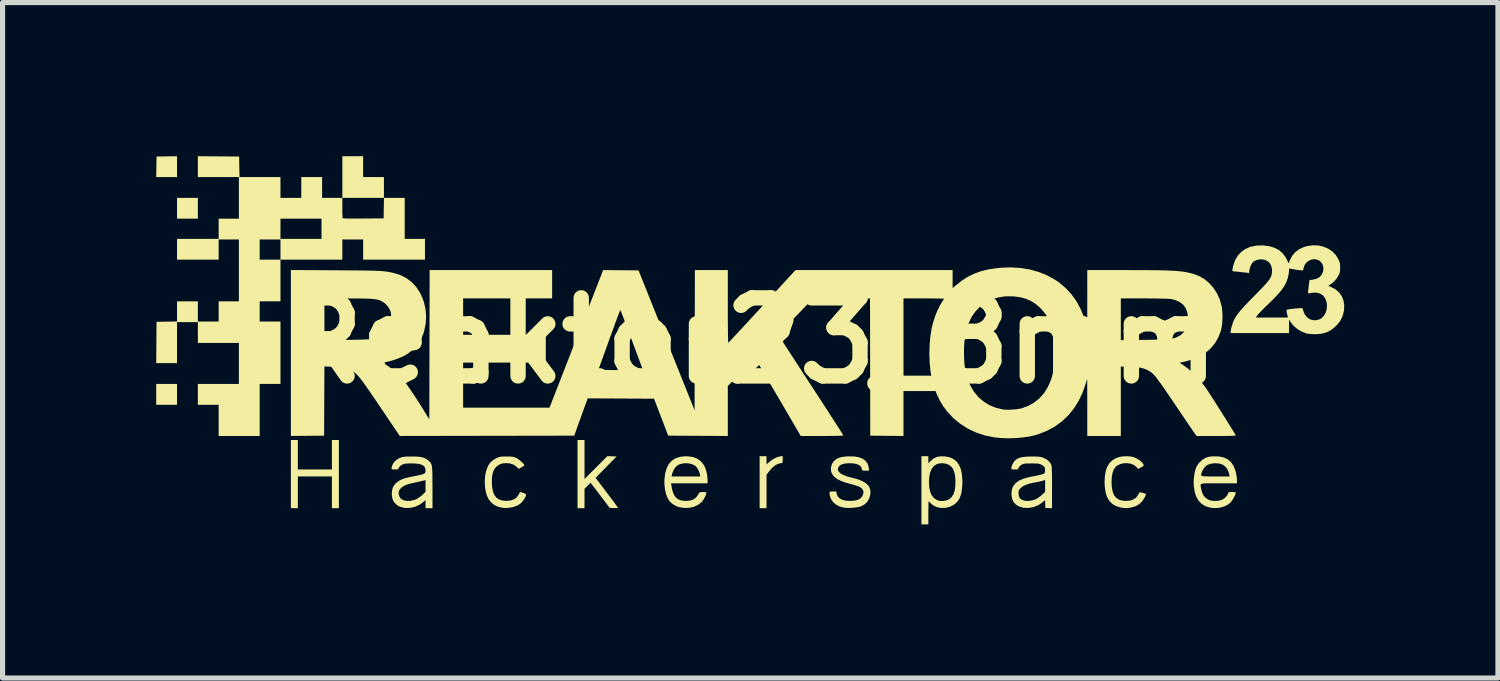
<source format=kicad_pcb>
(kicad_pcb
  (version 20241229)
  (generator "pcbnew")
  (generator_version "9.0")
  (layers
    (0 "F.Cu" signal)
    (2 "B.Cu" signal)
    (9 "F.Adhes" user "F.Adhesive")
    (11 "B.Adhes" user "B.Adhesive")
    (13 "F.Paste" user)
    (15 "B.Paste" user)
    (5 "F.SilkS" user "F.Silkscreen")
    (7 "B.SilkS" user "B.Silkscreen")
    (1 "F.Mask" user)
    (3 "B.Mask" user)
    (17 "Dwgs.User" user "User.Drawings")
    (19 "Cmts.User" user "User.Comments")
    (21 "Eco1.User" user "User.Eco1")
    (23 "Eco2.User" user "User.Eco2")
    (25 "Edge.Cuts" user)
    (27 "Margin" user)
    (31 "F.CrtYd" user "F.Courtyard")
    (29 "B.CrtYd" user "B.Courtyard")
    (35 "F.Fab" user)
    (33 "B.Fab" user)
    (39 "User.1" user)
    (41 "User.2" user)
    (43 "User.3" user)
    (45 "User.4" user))
  (footprint "Reaktor23_8mm"
    (layer "F.Cu")
    (at 11.6 3.6)
    (property "Reference" "Reaktor23_8mm" (at 0 0 0) (layer "F.SilkS") (effects (font (size 1.524 1.524) (thickness 0.3))))
    (attr through_hole)
    (fp_poly (pts (xy -11.194 1.253) (xy -11.6 1.253) (xy -11.6 0.846) (xy -11.194 0.846)) (stroke (width 0) (type solid)) (fill yes) (layer "F.SilkS"))
    (fp_poly (pts (xy -10.787 -2.381) (xy -11.194 -2.381) (xy -11.194 -2.787) (xy -10.787 -2.787)) (stroke (width 0) (type solid)) (fill yes) (layer "F.SilkS"))
    (fp_poly (pts (xy -11.194 -3.193) (xy -11.6 -3.193) (xy -11.597 -3.394) (xy -11.594 -3.594) (xy -11.394 -3.597) (xy -11.194 -3.6)) (stroke (width 0) (type solid)) (fill yes) (layer "F.SilkS"))
    (fp_poly (pts (xy -7.56 -3.193) (xy -7.154 -3.193) (xy -7.154 -2.787) (xy -7.966 -2.787) (xy -7.966 -3.6) (xy -7.56 -3.6)) (stroke (width 0) (type solid)) (fill yes) (layer "F.SilkS"))
    (fp_poly (pts (xy -8.835 2.516) (xy -8.17 2.516) (xy -8.17 1.941) (xy -8.034 1.941) (xy -8.034 3.272) (xy -8.17 3.272) (xy -8.17 2.652) (xy -8.835 2.652) (xy -8.835 3.272) (xy -8.971 3.272) (xy -8.971 1.941) (xy -8.835 1.941)) (stroke (width 0) (type solid)) (fill yes) (layer "F.SilkS"))
    (fp_poly (pts (xy 0.632 2.323) (xy 0.631 2.361) (xy 0.628 2.382) (xy 0.62 2.39) (xy 0.606 2.392) (xy 0.603 2.392) (xy 0.547 2.403) (xy 0.488 2.433) (xy 0.429 2.48) (xy 0.373 2.543) (xy 0.366 2.553) (xy 0.316 2.62) (xy 0.316 3.272) (xy 0.181 3.272) (xy 0.181 2.257) (xy 0.316 2.257) (xy 0.316 2.417) (xy 0.37 2.369) (xy 0.439 2.317) (xy 0.512 2.28) (xy 0.58 2.261) (xy 0.581 2.261) (xy 0.632 2.254)) (stroke (width 0) (type solid)) (fill yes) (layer "F.SilkS"))
    (fp_poly (pts (xy -3.238 2.702) (xy -3.015 2.479) (xy -2.792 2.256) (xy -2.702 2.259) (xy -2.612 2.262) (xy -2.817 2.471) (xy -3.021 2.68) (xy -2.803 2.968) (xy -2.75 3.038) (xy -2.701 3.103) (xy -2.659 3.159) (xy -2.625 3.206) (xy -2.6 3.24) (xy -2.586 3.26) (xy -2.584 3.264) (xy -2.594 3.268) (xy -2.622 3.27) (xy -2.66 3.27) (xy -2.665 3.27) (xy -2.746 3.267) (xy -2.932 3.021) (xy -3.119 2.775) (xy -3.179 2.834) (xy -3.238 2.894) (xy -3.238 3.272) (xy -3.374 3.272) (xy -3.374 1.941) (xy -3.238 1.941)) (stroke (width 0) (type solid)) (fill yes) (layer "F.SilkS"))
    (fp_poly (pts (xy 7.433 2.263) (xy 7.471 2.272) (xy 7.535 2.297) (xy 7.594 2.332) (xy 7.641 2.372) (xy 7.663 2.4) (xy 7.676 2.422) (xy 7.68 2.437) (xy 7.671 2.45) (xy 7.648 2.465) (xy 7.614 2.483) (xy 7.571 2.506) (xy 7.537 2.467) (xy 7.49 2.429) (xy 7.429 2.404) (xy 7.361 2.393) (xy 7.29 2.395) (xy 7.222 2.41) (xy 7.163 2.44) (xy 7.134 2.463) (xy 7.098 2.512) (xy 7.072 2.578) (xy 7.057 2.663) (xy 7.052 2.764) (xy 7.058 2.869) (xy 7.075 2.954) (xy 7.103 3.022) (xy 7.145 3.072) (xy 7.2 3.107) (xy 7.269 3.125) (xy 7.335 3.13) (xy 7.415 3.123) (xy 7.479 3.102) (xy 7.529 3.067) (xy 7.561 3.027) (xy 7.58 2.996) (xy 7.593 2.972) (xy 7.597 2.964) (xy 7.609 2.961) (xy 7.639 2.967) (xy 7.665 2.974) (xy 7.729 2.996) (xy 7.703 3.053) (xy 7.656 3.131) (xy 7.596 3.191) (xy 7.523 3.233) (xy 7.434 3.259) (xy 7.431 3.26) (xy 7.362 3.27) (xy 7.301 3.27) (xy 7.236 3.26) (xy 7.222 3.257) (xy 7.135 3.229) (xy 7.064 3.186) (xy 7.007 3.128) (xy 6.965 3.054) (xy 6.936 2.963) (xy 6.92 2.854) (xy 6.916 2.762) (xy 6.922 2.643) (xy 6.939 2.543) (xy 6.969 2.459) (xy 7.012 2.39) (xy 7.069 2.335) (xy 7.141 2.293) (xy 7.142 2.293) (xy 7.204 2.272) (xy 7.279 2.26) (xy 7.359 2.257)) (stroke (width 0) (type solid)) (fill yes) (layer "F.SilkS"))
    (fp_poly (pts (xy 3.475 2.394) (xy 3.526 2.343) (xy 3.581 2.299) (xy 3.641 2.271) (xy 3.712 2.259) (xy 3.779 2.259) (xy 3.872 2.273) (xy 3.951 2.303) (xy 4.016 2.35) (xy 4.066 2.413) (xy 4.104 2.494) (xy 4.128 2.592) (xy 4.139 2.708) (xy 4.139 2.798) (xy 4.131 2.908) (xy 4.114 2.999) (xy 4.088 3.074) (xy 4.05 3.135) (xy 4.001 3.184) (xy 3.962 3.212) (xy 3.887 3.247) (xy 3.807 3.265) (xy 3.727 3.268) (xy 3.65 3.254) (xy 3.582 3.225) (xy 3.526 3.181) (xy 3.521 3.176) (xy 3.5 3.153) (xy 3.485 3.139) (xy 3.481 3.137) (xy 3.48 3.148) (xy 3.478 3.178) (xy 3.477 3.223) (xy 3.476 3.281) (xy 3.475 3.349) (xy 3.475 3.363) (xy 3.475 3.588) (xy 3.34 3.588) (xy 3.34 2.759) (xy 3.487 2.759) (xy 3.493 2.866) (xy 3.512 2.955) (xy 3.544 3.026) (xy 3.589 3.079) (xy 3.647 3.115) (xy 3.683 3.127) (xy 3.734 3.132) (xy 3.793 3.127) (xy 3.85 3.112) (xy 3.873 3.102) (xy 3.924 3.063) (xy 3.962 3.006) (xy 3.989 2.93) (xy 4.002 2.835) (xy 4.004 2.723) (xy 3.996 2.632) (xy 3.979 2.56) (xy 3.954 2.502) (xy 3.923 2.461) (xy 3.876 2.425) (xy 3.815 2.402) (xy 3.749 2.393) (xy 3.682 2.399) (xy 3.637 2.414) (xy 3.581 2.452) (xy 3.538 2.508) (xy 3.508 2.582) (xy 3.491 2.674) (xy 3.487 2.759) (xy 3.34 2.759) (xy 3.34 2.257) (xy 3.475 2.257)) (stroke (width 0) (type solid)) (fill yes) (layer "F.SilkS"))
    (fp_poly (pts (xy -4.703 2.263) (xy -4.659 2.266) (xy -4.625 2.271) (xy -4.596 2.28) (xy -4.573 2.289) (xy -4.542 2.307) (xy -4.507 2.333) (xy -4.471 2.363) (xy -4.44 2.393) (xy -4.419 2.418) (xy -4.412 2.434) (xy -4.421 2.444) (xy -4.444 2.46) (xy -4.467 2.474) (xy -4.522 2.505) (xy -4.567 2.461) (xy -4.622 2.422) (xy -4.69 2.399) (xy -4.77 2.392) (xy -4.843 2.399) (xy -4.902 2.42) (xy -4.954 2.457) (xy -4.961 2.464) (xy -4.997 2.509) (xy -5.023 2.563) (xy -5.039 2.629) (xy -5.046 2.711) (xy -5.047 2.758) (xy -5.042 2.864) (xy -5.024 2.951) (xy -4.995 3.02) (xy -4.952 3.072) (xy -4.896 3.107) (xy -4.826 3.125) (xy -4.763 3.129) (xy -4.679 3.121) (xy -4.611 3.097) (xy -4.558 3.057) (xy -4.521 3.001) (xy -4.517 2.993) (xy -4.507 2.971) (xy -4.496 2.96) (xy -4.479 2.959) (xy -4.449 2.968) (xy -4.431 2.974) (xy -4.394 2.991) (xy -4.379 3.008) (xy -4.378 3.011) (xy -4.385 3.038) (xy -4.404 3.074) (xy -4.43 3.115) (xy -4.459 3.152) (xy -4.488 3.181) (xy -4.551 3.221) (xy -4.629 3.249) (xy -4.714 3.265) (xy -4.801 3.268) (xy -4.875 3.257) (xy -4.946 3.236) (xy -5.003 3.207) (xy -5.053 3.166) (xy -5.072 3.146) (xy -5.113 3.091) (xy -5.144 3.026) (xy -5.166 2.949) (xy -5.18 2.862) (xy -5.186 2.748) (xy -5.178 2.639) (xy -5.157 2.539) (xy -5.123 2.45) (xy -5.085 2.389) (xy -5.037 2.343) (xy -4.971 2.302) (xy -4.937 2.285) (xy -4.909 2.274) (xy -4.882 2.267) (xy -4.85 2.264) (xy -4.805 2.263) (xy -4.763 2.263)) (stroke (width 0) (type solid)) (fill yes) (layer "F.SilkS"))
    (fp_poly (pts (xy -1.219 2.259) (xy -1.122 2.273) (xy -1.04 2.304) (xy -0.972 2.351) (xy -0.917 2.417) (xy -0.891 2.461) (xy -0.869 2.515) (xy -0.852 2.583) (xy -0.84 2.656) (xy -0.835 2.722) (xy -0.835 2.787) (xy -1.548 2.787) (xy -1.541 2.835) (xy -1.522 2.929) (xy -1.495 3.003) (xy -1.46 3.058) (xy -1.413 3.096) (xy -1.354 3.12) (xy -1.281 3.129) (xy -1.253 3.13) (xy -1.172 3.122) (xy -1.107 3.099) (xy -1.056 3.058) (xy -1.015 3) (xy -1.011 2.993) (xy -0.999 2.973) (xy -0.986 2.962) (xy -0.964 2.957) (xy -0.927 2.956) (xy -0.925 2.956) (xy -0.889 2.958) (xy -0.865 2.962) (xy -0.858 2.967) (xy -0.864 3.001) (xy -0.882 3.044) (xy -0.908 3.091) (xy -0.937 3.135) (xy -0.958 3.158) (xy -1.022 3.208) (xy -1.1 3.244) (xy -1.188 3.264) (xy -1.282 3.268) (xy -1.376 3.255) (xy -1.451 3.23) (xy -1.52 3.189) (xy -1.575 3.139) (xy -1.579 3.134) (xy -1.617 3.073) (xy -1.647 2.994) (xy -1.667 2.903) (xy -1.678 2.803) (xy -1.677 2.701) (xy -1.677 2.698) (xy -1.67 2.652) (xy -1.537 2.652) (xy -0.979 2.652) (xy -0.985 2.611) (xy -1.001 2.556) (xy -1.027 2.503) (xy -1.059 2.46) (xy -1.082 2.44) (xy -1.146 2.41) (xy -1.22 2.395) (xy -1.296 2.395) (xy -1.369 2.41) (xy -1.414 2.43) (xy -1.458 2.467) (xy -1.496 2.521) (xy -1.522 2.584) (xy -1.53 2.615) (xy -1.537 2.652) (xy -1.67 2.652) (xy -1.661 2.583) (xy -1.632 2.485) (xy -1.588 2.404) (xy -1.531 2.342) (xy -1.459 2.296) (xy -1.373 2.269) (xy -1.272 2.258)) (stroke (width 0) (type solid)) (fill yes) (layer "F.SilkS"))
    (fp_poly (pts (xy -10.384 -3.597) (xy -9.981 -3.594) (xy -9.978 -3.394) (xy -9.974 -3.193) (xy -9.174 -3.193) (xy -9.174 -2.787) (xy -8.768 -2.787) (xy -8.768 -3.193) (xy -8.361 -3.193) (xy -8.361 -2.787) (xy -7.966 -2.787) (xy -7.966 -2.592) (xy -7.966 -2.527) (xy -7.965 -2.471) (xy -7.963 -2.426) (xy -7.961 -2.398) (xy -7.959 -2.388) (xy -7.946 -2.387) (xy -7.913 -2.385) (xy -7.863 -2.384) (xy -7.799 -2.383) (xy -7.722 -2.383) (xy -7.636 -2.383) (xy -7.555 -2.384) (xy -7.16 -2.387) (xy -7.157 -2.587) (xy -7.153 -2.787) (xy -6.748 -2.787) (xy -6.748 -1.986) (xy -6.353 -1.986) (xy -6.353 -1.58) (xy -7.56 -1.58) (xy -7.56 -1.975) (xy -7.966 -1.975) (xy -7.966 -1.58) (xy -9.174 -1.58) (xy -9.174 -0.767) (xy -9.58 -0.767) (xy -9.58 -0.372) (xy -9.174 -0.372) (xy -9.174 0.846) (xy -9.58 0.846) (xy -9.58 1.862) (xy -10.381 1.862) (xy -10.381 1.253) (xy -10.787 1.253) (xy -10.787 0.846) (xy -9.986 0.846) (xy -9.986 0.045) (xy -10.787 0.045) (xy -10.787 -0.361) (xy -11.194 -0.361) (xy -11.194 0.44) (xy -11.6 0.44) (xy -11.597 0.037) (xy -11.594 -0.367) (xy -11.394 -0.37) (xy -11.194 -0.373) (xy -11.194 -0.767) (xy -10.787 -0.767) (xy -10.787 -0.372) (xy -10.381 -0.372) (xy -10.381 -0.767) (xy -9.986 -0.767) (xy -9.986 -1.975) (xy -9.58 -1.975) (xy -9.58 -1.58) (xy -9.174 -1.58) (xy -9.174 -1.975) (xy -9.58 -1.975) (xy -9.986 -1.975) (xy -10.381 -1.975) (xy -10.381 -1.58) (xy -11.194 -1.58) (xy -11.194 -1.986) (xy -10.381 -1.986) (xy -10.381 -2.381) (xy -9.986 -2.381) (xy -9.174 -2.381) (xy -9.174 -1.986) (xy -8.373 -1.986) (xy -8.373 -2.381) (xy -9.174 -2.381) (xy -9.986 -2.381) (xy -9.986 -3.193) (xy -10.787 -3.193) (xy -10.787 -3.6)) (stroke (width 0) (type solid)) (fill yes) (layer "F.SilkS"))
    (fp_poly (pts (xy 2.016 2.261) (xy 2.109 2.275) (xy 2.186 2.303) (xy 2.244 2.343) (xy 2.285 2.396) (xy 2.308 2.461) (xy 2.311 2.483) (xy 2.316 2.539) (xy 2.247 2.539) (xy 2.209 2.538) (xy 2.188 2.535) (xy 2.18 2.527) (xy 2.178 2.513) (xy 2.178 2.512) (xy 2.167 2.472) (xy 2.137 2.439) (xy 2.089 2.415) (xy 2.026 2.399) (xy 1.949 2.394) (xy 1.905 2.395) (xy 1.832 2.403) (xy 1.778 2.419) (xy 1.741 2.442) (xy 1.718 2.474) (xy 1.708 2.515) (xy 1.721 2.554) (xy 1.756 2.59) (xy 1.814 2.623) (xy 1.893 2.653) (xy 1.994 2.68) (xy 1.994 2.68) (xy 2.103 2.709) (xy 2.19 2.744) (xy 2.257 2.785) (xy 2.305 2.832) (xy 2.334 2.886) (xy 2.345 2.949) (xy 2.343 2.997) (xy 2.323 3.077) (xy 2.285 3.144) (xy 2.23 3.198) (xy 2.159 3.236) (xy 2.142 3.242) (xy 2.085 3.254) (xy 2.015 3.263) (xy 1.94 3.267) (xy 1.869 3.265) (xy 1.826 3.261) (xy 1.742 3.238) (xy 1.67 3.201) (xy 1.613 3.15) (xy 1.572 3.088) (xy 1.549 3.018) (xy 1.546 2.974) (xy 1.547 2.958) (xy 1.555 2.949) (xy 1.575 2.946) (xy 1.611 2.945) (xy 1.678 2.945) (xy 1.685 2.989) (xy 1.704 3.04) (xy 1.742 3.08) (xy 1.798 3.109) (xy 1.872 3.126) (xy 1.946 3.13) (xy 2.033 3.125) (xy 2.102 3.108) (xy 2.153 3.079) (xy 2.187 3.037) (xy 2.201 3.002) (xy 2.209 2.968) (xy 2.207 2.942) (xy 2.197 2.917) (xy 2.182 2.893) (xy 2.159 2.872) (xy 2.126 2.853) (xy 2.079 2.835) (xy 2.016 2.815) (xy 1.952 2.798) (xy 1.843 2.767) (xy 1.755 2.733) (xy 1.687 2.697) (xy 1.635 2.656) (xy 1.599 2.61) (xy 1.579 2.562) (xy 1.571 2.5) (xy 1.583 2.436) (xy 1.611 2.377) (xy 1.636 2.348) (xy 1.678 2.313) (xy 1.728 2.289) (xy 1.79 2.272) (xy 1.868 2.262) (xy 1.907 2.26)) (stroke (width 0) (type solid)) (fill yes) (layer "F.SilkS"))
    (fp_poly (pts (xy 9.15 2.262) (xy 9.243 2.282) (xy 9.321 2.319) (xy 9.385 2.373) (xy 9.434 2.446) (xy 9.47 2.536) (xy 9.489 2.62) (xy 9.496 2.667) (xy 9.5 2.714) (xy 9.501 2.739) (xy 9.501 2.787) (xy 9.146 2.787) (xy 9.045 2.787) (xy 8.964 2.787) (xy 8.902 2.787) (xy 8.856 2.789) (xy 8.824 2.793) (xy 8.804 2.8) (xy 8.793 2.811) (xy 8.79 2.825) (xy 8.792 2.844) (xy 8.797 2.869) (xy 8.802 2.895) (xy 8.823 2.972) (xy 8.853 3.031) (xy 8.896 3.076) (xy 8.942 3.106) (xy 8.994 3.123) (xy 9.057 3.13) (xy 9.123 3.128) (xy 9.184 3.116) (xy 9.199 3.111) (xy 9.245 3.086) (xy 9.286 3.05) (xy 9.316 3.01) (xy 9.327 2.984) (xy 9.333 2.969) (xy 9.343 2.961) (xy 9.365 2.957) (xy 9.403 2.956) (xy 9.406 2.956) (xy 9.45 2.958) (xy 9.473 2.964) (xy 9.478 2.97) (xy 9.472 2.995) (xy 9.456 3.032) (xy 9.434 3.074) (xy 9.409 3.115) (xy 9.385 3.149) (xy 9.374 3.162) (xy 9.31 3.211) (xy 9.232 3.246) (xy 9.144 3.266) (xy 9.05 3.27) (xy 8.974 3.26) (xy 8.885 3.233) (xy 8.811 3.187) (xy 8.751 3.125) (xy 8.705 3.046) (xy 8.674 2.95) (xy 8.658 2.838) (xy 8.655 2.767) (xy 8.658 2.692) (xy 8.667 2.626) (xy 8.801 2.626) (xy 8.808 2.637) (xy 8.825 2.645) (xy 8.855 2.649) (xy 8.899 2.651) (xy 8.961 2.652) (xy 9.042 2.652) (xy 9.079 2.652) (xy 9.357 2.652) (xy 9.349 2.609) (xy 9.325 2.533) (xy 9.286 2.472) (xy 9.233 2.429) (xy 9.165 2.402) (xy 9.083 2.394) (xy 9.05 2.395) (xy 8.971 2.408) (xy 8.909 2.436) (xy 8.861 2.48) (xy 8.826 2.541) (xy 8.818 2.562) (xy 8.808 2.589) (xy 8.802 2.611) (xy 8.801 2.626) (xy 8.667 2.626) (xy 8.668 2.614) (xy 8.683 2.542) (xy 8.702 2.481) (xy 8.713 2.457) (xy 8.76 2.387) (xy 8.822 2.329) (xy 8.876 2.295) (xy 8.915 2.279) (xy 8.954 2.268) (xy 9.003 2.262) (xy 9.043 2.259)) (stroke (width 0) (type solid)) (fill yes) (layer "F.SilkS"))
    (fp_poly (pts (xy -6.523 2.264) (xy -6.453 2.27) (xy -6.397 2.281) (xy -6.351 2.297) (xy -6.311 2.321) (xy -6.288 2.34) (xy -6.268 2.358) (xy -6.251 2.375) (xy -6.238 2.394) (xy -6.228 2.417) (xy -6.22 2.446) (xy -6.214 2.484) (xy -6.211 2.532) (xy -6.208 2.595) (xy -6.207 2.672) (xy -6.207 2.768) (xy -6.206 2.869) (xy -6.206 3.272) (xy -6.342 3.272) (xy -6.342 3.112) (xy -6.388 3.154) (xy -6.459 3.205) (xy -6.542 3.242) (xy -6.63 3.264) (xy -6.719 3.269) (xy -6.776 3.261) (xy -6.832 3.247) (xy -6.874 3.228) (xy -6.911 3.202) (xy -6.915 3.199) (xy -6.959 3.151) (xy -6.986 3.095) (xy -6.999 3.024) (xy -7 2.998) (xy -6.866 2.998) (xy -6.851 3.044) (xy -6.827 3.083) (xy -6.813 3.095) (xy -6.762 3.12) (xy -6.699 3.131) (xy -6.629 3.127) (xy -6.556 3.11) (xy -6.525 3.097) (xy -6.486 3.075) (xy -6.441 3.043) (xy -6.404 3.012) (xy -6.342 2.953) (xy -6.342 2.723) (xy -6.418 2.742) (xy -6.467 2.754) (xy -6.526 2.767) (xy -6.585 2.779) (xy -6.594 2.781) (xy -6.686 2.804) (xy -6.761 2.835) (xy -6.817 2.874) (xy -6.853 2.92) (xy -6.866 2.954) (xy -6.866 2.998) (xy -7 2.998) (xy -7 2.99) (xy -6.994 2.916) (xy -6.975 2.857) (xy -6.94 2.805) (xy -6.912 2.778) (xy -6.874 2.748) (xy -6.834 2.723) (xy -6.788 2.702) (xy -6.732 2.684) (xy -6.663 2.667) (xy -6.575 2.65) (xy -6.558 2.646) (xy -6.5 2.635) (xy -6.447 2.623) (xy -6.404 2.612) (xy -6.378 2.602) (xy -6.377 2.602) (xy -6.353 2.586) (xy -6.343 2.567) (xy -6.342 2.538) (xy -6.348 2.492) (xy -6.367 2.456) (xy -6.401 2.43) (xy -6.452 2.412) (xy -6.521 2.401) (xy -6.611 2.398) (xy -6.618 2.398) (xy -6.678 2.399) (xy -6.721 2.401) (xy -6.752 2.405) (xy -6.776 2.412) (xy -6.8 2.423) (xy -6.802 2.424) (xy -6.843 2.453) (xy -6.863 2.483) (xy -6.87 2.502) (xy -6.882 2.512) (xy -6.903 2.516) (xy -6.941 2.516) (xy -6.98 2.515) (xy -7.001 2.509) (xy -7.006 2.493) (xy -7 2.462) (xy -6.995 2.445) (xy -6.969 2.391) (xy -6.926 2.342) (xy -6.869 2.303) (xy -6.84 2.289) (xy -6.811 2.279) (xy -6.782 2.271) (xy -6.749 2.267) (xy -6.705 2.264) (xy -6.646 2.263) (xy -6.612 2.263)) (stroke (width 0) (type solid)) (fill yes) (layer "F.SilkS"))
    (fp_poly (pts (xy 5.558 2.263) (xy 5.608 2.265) (xy 5.645 2.268) (xy 5.675 2.273) (xy 5.702 2.281) (xy 5.724 2.289) (xy 5.79 2.324) (xy 5.842 2.37) (xy 5.875 2.423) (xy 5.879 2.438) (xy 5.883 2.462) (xy 5.885 2.497) (xy 5.887 2.546) (xy 5.889 2.61) (xy 5.89 2.691) (xy 5.89 2.791) (xy 5.89 2.866) (xy 5.89 3.273) (xy 5.825 3.27) (xy 5.76 3.267) (xy 5.757 3.19) (xy 5.754 3.113) (xy 5.708 3.154) (xy 5.631 3.209) (xy 5.543 3.246) (xy 5.449 3.266) (xy 5.354 3.266) (xy 5.325 3.262) (xy 5.245 3.238) (xy 5.182 3.2) (xy 5.136 3.147) (xy 5.108 3.079) (xy 5.097 2.998) (xy 5.097 2.989) (xy 5.098 2.981) (xy 5.236 2.981) (xy 5.242 3.037) (xy 5.262 3.078) (xy 5.296 3.105) (xy 5.355 3.126) (xy 5.424 3.131) (xy 5.499 3.121) (xy 5.571 3.097) (xy 5.611 3.075) (xy 5.655 3.043) (xy 5.693 3.012) (xy 5.755 2.953) (xy 5.755 2.721) (xy 5.707 2.737) (xy 5.674 2.746) (xy 5.627 2.756) (xy 5.574 2.767) (xy 5.554 2.77) (xy 5.457 2.79) (xy 5.38 2.815) (xy 5.32 2.845) (xy 5.278 2.878) (xy 5.253 2.905) (xy 5.24 2.929) (xy 5.236 2.96) (xy 5.236 2.981) (xy 5.098 2.981) (xy 5.106 2.91) (xy 5.132 2.842) (xy 5.177 2.785) (xy 5.24 2.737) (xy 5.324 2.699) (xy 5.427 2.669) (xy 5.465 2.661) (xy 5.559 2.643) (xy 5.632 2.627) (xy 5.685 2.614) (xy 5.72 2.603) (xy 5.739 2.594) (xy 5.739 2.594) (xy 5.75 2.574) (xy 5.754 2.541) (xy 5.753 2.504) (xy 5.745 2.474) (xy 5.743 2.47) (xy 5.726 2.452) (xy 5.698 2.431) (xy 5.684 2.423) (xy 5.662 2.413) (xy 5.639 2.405) (xy 5.611 2.401) (xy 5.572 2.399) (xy 5.517 2.398) (xy 5.49 2.398) (xy 5.427 2.399) (xy 5.382 2.4) (xy 5.35 2.404) (xy 5.325 2.41) (xy 5.303 2.42) (xy 5.296 2.423) (xy 5.256 2.453) (xy 5.238 2.482) (xy 5.229 2.502) (xy 5.217 2.512) (xy 5.195 2.516) (xy 5.164 2.516) (xy 5.129 2.515) (xy 5.104 2.511) (xy 5.097 2.508) (xy 5.095 2.487) (xy 5.103 2.453) (xy 5.118 2.415) (xy 5.137 2.379) (xy 5.157 2.352) (xy 5.193 2.32) (xy 5.234 2.297) (xy 5.282 2.28) (xy 5.342 2.27) (xy 5.418 2.264) (xy 5.49 2.263)) (stroke (width 0) (type solid)) (fill yes) (layer "F.SilkS"))
    (fp_poly (pts (xy 11.085 -1.858) (xy 11.186 -1.836) (xy 11.278 -1.797) (xy 11.36 -1.743) (xy 11.428 -1.673) (xy 11.478 -1.593) (xy 11.498 -1.551) (xy 11.509 -1.515) (xy 11.514 -1.477) (xy 11.515 -1.428) (xy 11.514 -1.375) (xy 11.508 -1.335) (xy 11.496 -1.298) (xy 11.486 -1.275) (xy 11.438 -1.199) (xy 11.372 -1.131) (xy 11.328 -1.098) (xy 11.283 -1.069) (xy 11.344 -1.044) (xy 11.428 -0.999) (xy 11.497 -0.938) (xy 11.548 -0.865) (xy 11.581 -0.781) (xy 11.596 -0.688) (xy 11.59 -0.587) (xy 11.584 -0.555) (xy 11.558 -0.465) (xy 11.517 -0.385) (xy 11.458 -0.311) (xy 11.436 -0.288) (xy 11.359 -0.221) (xy 11.278 -0.173) (xy 11.19 -0.143) (xy 11.09 -0.127) (xy 11.014 -0.125) (xy 10.959 -0.127) (xy 10.908 -0.132) (xy 10.867 -0.138) (xy 10.855 -0.14) (xy 10.763 -0.176) (xy 10.677 -0.228) (xy 10.603 -0.292) (xy 10.549 -0.36) (xy 10.517 -0.411) (xy 10.517 -0.147) (xy 9.377 -0.147) (xy 9.377 -0.179) (xy 9.381 -0.212) (xy 9.392 -0.258) (xy 9.408 -0.311) (xy 9.426 -0.363) (xy 9.445 -0.407) (xy 9.447 -0.412) (xy 9.469 -0.451) (xy 9.469 -0.451) (xy 9.872 -0.451) (xy 10.496 -0.451) (xy 10.488 -0.482) (xy 10.474 -0.543) (xy 10.469 -0.582) (xy 10.473 -0.602) (xy 10.476 -0.604) (xy 10.496 -0.608) (xy 10.532 -0.614) (xy 10.578 -0.619) (xy 10.628 -0.625) (xy 10.678 -0.629) (xy 10.723 -0.633) (xy 10.757 -0.635) (xy 10.776 -0.634) (xy 10.777 -0.634) (xy 10.784 -0.619) (xy 10.793 -0.591) (xy 10.799 -0.571) (xy 10.827 -0.507) (xy 10.872 -0.453) (xy 10.928 -0.415) (xy 10.988 -0.398) (xy 11.053 -0.399) (xy 11.115 -0.416) (xy 11.146 -0.433) (xy 11.195 -0.48) (xy 11.232 -0.542) (xy 11.253 -0.615) (xy 11.258 -0.693) (xy 11.251 -0.747) (xy 11.226 -0.819) (xy 11.187 -0.875) (xy 11.134 -0.913) (xy 11.069 -0.934) (xy 11.03 -0.937) (xy 10.986 -0.935) (xy 10.945 -0.93) (xy 10.926 -0.926) (xy 10.909 -0.922) (xy 10.897 -0.922) (xy 10.891 -0.93) (xy 10.889 -0.949) (xy 10.891 -0.982) (xy 10.897 -1.032) (xy 10.902 -1.073) (xy 10.916 -1.182) (xy 10.976 -1.189) (xy 11.052 -1.206) (xy 11.11 -1.237) (xy 11.153 -1.284) (xy 11.18 -1.347) (xy 11.183 -1.356) (xy 11.189 -1.421) (xy 11.176 -1.478) (xy 11.148 -1.526) (xy 11.106 -1.562) (xy 11.055 -1.584) (xy 10.996 -1.589) (xy 10.934 -1.576) (xy 10.915 -1.567) (xy 10.864 -1.531) (xy 10.825 -1.481) (xy 10.803 -1.423) (xy 10.803 -1.419) (xy 10.796 -1.39) (xy 10.788 -1.372) (xy 10.786 -1.37) (xy 10.772 -1.37) (xy 10.742 -1.373) (xy 10.699 -1.378) (xy 10.651 -1.385) (xy 10.602 -1.393) (xy 10.558 -1.402) (xy 10.542 -1.405) (xy 10.526 -1.407) (xy 10.518 -1.397) (xy 10.517 -1.371) (xy 10.517 -1.366) (xy 10.51 -1.297) (xy 10.493 -1.22) (xy 10.466 -1.145) (xy 10.465 -1.142) (xy 10.437 -1.087) (xy 10.403 -1.031) (xy 10.359 -0.972) (xy 10.304 -0.908) (xy 10.236 -0.835) (xy 10.153 -0.753) (xy 10.118 -0.718) (xy 10.06 -0.662) (xy 10.007 -0.61) (xy 9.961 -0.563) (xy 9.925 -0.525) (xy 9.901 -0.498) (xy 9.892 -0.486) (xy 9.872 -0.451) (xy 9.469 -0.451) (xy 9.493 -0.49) (xy 9.524 -0.532) (xy 9.561 -0.578) (xy 9.607 -0.631) (xy 9.663 -0.692) (xy 9.732 -0.764) (xy 9.816 -0.849) (xy 9.841 -0.875) (xy 9.923 -0.958) (xy 9.99 -1.027) (xy 10.044 -1.085) (xy 10.086 -1.133) (xy 10.119 -1.173) (xy 10.143 -1.208) (xy 10.16 -1.24) (xy 10.172 -1.27) (xy 10.18 -1.301) (xy 10.185 -1.328) (xy 10.185 -1.392) (xy 10.171 -1.455) (xy 10.143 -1.509) (xy 10.126 -1.529) (xy 10.077 -1.563) (xy 10.017 -1.583) (xy 9.951 -1.587) (xy 9.886 -1.574) (xy 9.829 -1.546) (xy 9.827 -1.545) (xy 9.796 -1.512) (xy 9.768 -1.462) (xy 9.749 -1.404) (xy 9.743 -1.374) (xy 9.735 -1.32) (xy 9.683 -1.326) (xy 9.642 -1.331) (xy 9.594 -1.336) (xy 9.543 -1.342) (xy 9.494 -1.347) (xy 9.454 -1.351) (xy 9.427 -1.353) (xy 9.419 -1.354) (xy 9.412 -1.361) (xy 9.412 -1.383) (xy 9.419 -1.423) (xy 9.429 -1.466) (xy 9.465 -1.571) (xy 9.517 -1.66) (xy 9.585 -1.733) (xy 9.668 -1.79) (xy 9.764 -1.831) (xy 9.873 -1.854) (xy 9.995 -1.859) (xy 10.02 -1.858) (xy 10.138 -1.842) (xy 10.24 -1.81) (xy 10.328 -1.762) (xy 10.4 -1.696) (xy 10.458 -1.614) (xy 10.479 -1.573) (xy 10.509 -1.508) (xy 10.53 -1.562) (xy 10.577 -1.653) (xy 10.639 -1.727) (xy 10.718 -1.786) (xy 10.813 -1.829) (xy 10.869 -1.845) (xy 10.978 -1.861)) (stroke (width 0) (type solid)) (fill yes) (layer "F.SilkS"))
    (fp_poly (pts (xy 5.275 -1.418) (xy 5.459 -1.388) (xy 5.633 -1.339) (xy 5.797 -1.272) (xy 5.948 -1.189) (xy 6.029 -1.133) (xy 6.155 -1.027) (xy 6.265 -0.909) (xy 6.36 -0.779) (xy 6.441 -0.633) (xy 6.509 -0.47) (xy 6.55 -0.345) (xy 6.577 -0.254) (xy 6.578 -0.815) (xy 6.578 -1.377) (xy 7.35 -1.377) (xy 7.527 -1.376) (xy 7.683 -1.376) (xy 7.821 -1.375) (xy 7.941 -1.374) (xy 8.046 -1.372) (xy 8.137 -1.369) (xy 8.217 -1.366) (xy 8.286 -1.362) (xy 8.348 -1.357) (xy 8.403 -1.352) (xy 8.454 -1.345) (xy 8.502 -1.338) (xy 8.509 -1.337) (xy 8.641 -1.306) (xy 8.756 -1.263) (xy 8.858 -1.205) (xy 8.947 -1.134) (xy 9.038 -1.034) (xy 9.112 -0.92) (xy 9.168 -0.793) (xy 9.203 -0.665) (xy 9.213 -0.59) (xy 9.218 -0.503) (xy 9.217 -0.412) (xy 9.211 -0.322) (xy 9.199 -0.242) (xy 9.185 -0.186) (xy 9.134 -0.056) (xy 9.066 0.058) (xy 8.982 0.158) (xy 8.881 0.243) (xy 8.764 0.313) (xy 8.629 0.369) (xy 8.476 0.412) (xy 8.448 0.418) (xy 8.414 0.425) (xy 8.391 0.431) (xy 8.386 0.434) (xy 8.396 0.442) (xy 8.421 0.459) (xy 8.456 0.482) (xy 8.48 0.498) (xy 8.556 0.555) (xy 8.638 0.628) (xy 8.722 0.712) (xy 8.802 0.804) (xy 8.874 0.898) (xy 8.89 0.92) (xy 8.912 0.953) (xy 8.944 1) (xy 8.982 1.06) (xy 9.026 1.128) (xy 9.075 1.204) (xy 9.126 1.285) (xy 9.179 1.368) (xy 9.232 1.452) (xy 9.283 1.533) (xy 9.331 1.61) (xy 9.375 1.68) (xy 9.412 1.741) (xy 9.442 1.79) (xy 9.463 1.825) (xy 9.474 1.844) (xy 9.475 1.846) (xy 9.474 1.85) (xy 9.465 1.854) (xy 9.446 1.857) (xy 9.415 1.859) (xy 9.371 1.86) (xy 9.311 1.861) (xy 9.234 1.862) (xy 9.136 1.862) (xy 9.097 1.862) (xy 8.712 1.862) (xy 8.685 1.825) (xy 8.673 1.809) (xy 8.65 1.776) (xy 8.618 1.728) (xy 8.576 1.667) (xy 8.527 1.595) (xy 8.472 1.513) (xy 8.411 1.424) (xy 8.348 1.33) (xy 8.322 1.292) (xy 8.238 1.168) (xy 8.166 1.062) (xy 8.104 0.971) (xy 8.051 0.895) (xy 8.006 0.831) (xy 7.969 0.779) (xy 7.937 0.737) (xy 7.91 0.703) (xy 7.887 0.676) (xy 7.866 0.654) (xy 7.847 0.637) (xy 7.828 0.621) (xy 7.819 0.614) (xy 7.758 0.577) (xy 7.689 0.548) (xy 7.609 0.528) (xy 7.515 0.515) (xy 7.403 0.509) (xy 7.343 0.508) (xy 7.233 0.508) (xy 7.233 1.862) (xy 6.578 1.862) (xy 6.578 1.3) (xy 6.577 0.739) (xy 6.551 0.829) (xy 6.49 1.009) (xy 6.412 1.174) (xy 6.318 1.324) (xy 6.209 1.458) (xy 6.084 1.576) (xy 5.945 1.678) (xy 5.792 1.761) (xy 5.626 1.827) (xy 5.572 1.844) (xy 5.461 1.87) (xy 5.334 1.889) (xy 5.198 1.902) (xy 5.059 1.907) (xy 4.923 1.904) (xy 4.796 1.893) (xy 4.762 1.889) (xy 4.578 1.851) (xy 4.406 1.794) (xy 4.245 1.718) (xy 4.098 1.624) (xy 3.963 1.513) (xy 3.843 1.385) (xy 3.761 1.275) (xy 3.7 1.173) (xy 3.643 1.055) (xy 3.594 0.928) (xy 3.555 0.799) (xy 3.543 0.746) (xy 3.517 0.594) (xy 3.501 0.429) (xy 3.495 0.257) (xy 3.496 0.231) (xy 4.171 0.231) (xy 4.174 0.364) (xy 4.182 0.479) (xy 4.197 0.582) (xy 4.218 0.677) (xy 4.238 0.744) (xy 4.295 0.879) (xy 4.367 1) (xy 4.454 1.104) (xy 4.555 1.191) (xy 4.669 1.261) (xy 4.796 1.312) (xy 4.934 1.344) (xy 4.954 1.347) (xy 5.008 1.35) (xy 5.076 1.349) (xy 5.15 1.344) (xy 5.222 1.336) (xy 5.284 1.325) (xy 5.303 1.32) (xy 5.429 1.273) (xy 5.543 1.208) (xy 5.645 1.125) (xy 5.734 1.025) (xy 5.807 0.909) (xy 5.865 0.779) (xy 5.877 0.745) (xy 5.907 0.629) (xy 5.929 0.498) (xy 5.941 0.357) (xy 5.946 0.212) (xy 5.941 0.068) (xy 5.933 -0.009) (xy 7.233 -0.009) (xy 7.687 -0.014) (xy 7.807 -0.016) (xy 7.916 -0.018) (xy 8.012 -0.021) (xy 8.092 -0.024) (xy 8.155 -0.027) (xy 8.199 -0.031) (xy 8.215 -0.033) (xy 8.312 -0.06) (xy 8.393 -0.102) (xy 8.457 -0.158) (xy 8.504 -0.229) (xy 8.533 -0.313) (xy 8.54 -0.356) (xy 8.545 -0.462) (xy 8.53 -0.556) (xy 8.498 -0.636) (xy 8.449 -0.702) (xy 8.381 -0.754) (xy 8.297 -0.792) (xy 8.215 -0.812) (xy 8.185 -0.815) (xy 8.136 -0.817) (xy 8.069 -0.819) (xy 7.986 -0.821) (xy 7.892 -0.823) (xy 7.787 -0.823) (xy 7.687 -0.824) (xy 7.233 -0.824) (xy 7.233 -0.009) (xy 5.933 -0.009) (xy 5.926 -0.068) (xy 5.907 -0.175) (xy 5.872 -0.3) (xy 5.828 -0.408) (xy 5.773 -0.503) (xy 5.704 -0.591) (xy 5.665 -0.632) (xy 5.575 -0.712) (xy 5.481 -0.773) (xy 5.379 -0.817) (xy 5.266 -0.847) (xy 5.138 -0.864) (xy 5.117 -0.865) (xy 4.972 -0.864) (xy 4.835 -0.842) (xy 4.707 -0.801) (xy 4.591 -0.742) (xy 4.486 -0.664) (xy 4.395 -0.57) (xy 4.319 -0.46) (xy 4.259 -0.335) (xy 4.242 -0.288) (xy 4.214 -0.195) (xy 4.194 -0.099) (xy 4.181 0.004) (xy 4.173 0.12) (xy 4.171 0.231) (xy 3.496 0.231) (xy 3.5 0.084) (xy 3.514 -0.082) (xy 3.539 -0.237) (xy 3.539 -0.237) (xy 3.568 -0.353) (xy 3.605 -0.47) (xy 3.65 -0.582) (xy 3.699 -0.683) (xy 3.748 -0.764) (xy 3.766 -0.792) (xy 3.778 -0.812) (xy 3.78 -0.817) (xy 3.769 -0.819) (xy 3.738 -0.82) (xy 3.69 -0.821) (xy 3.627 -0.822) (xy 3.551 -0.823) (xy 3.466 -0.824) (xy 3.385 -0.824) (xy 2.99 -0.824) (xy 2.99 1.862) (xy 2.666 1.859) (xy 2.341 1.856) (xy 2.336 -0.824) (xy 1.377 -0.824) (xy 1.376 -0.9) (xy 1.376 -0.976) (xy 1.21 -0.805) (xy 1.157 -0.752) (xy 1.093 -0.686) (xy 1.021 -0.612) (xy 0.946 -0.533) (xy 0.87 -0.455) (xy 0.798 -0.38) (xy 0.793 -0.376) (xy 0.542 -0.116) (xy 1.179 0.863) (xy 1.267 0.997) (xy 1.351 1.127) (xy 1.43 1.249) (xy 1.505 1.364) (xy 1.573 1.47) (xy 1.635 1.566) (xy 1.689 1.65) (xy 1.735 1.721) (xy 1.771 1.778) (xy 1.797 1.82) (xy 1.813 1.845) (xy 1.817 1.852) (xy 1.806 1.854) (xy 1.775 1.856) (xy 1.726 1.858) (xy 1.661 1.86) (xy 1.584 1.861) (xy 1.495 1.862) (xy 1.4 1.862) (xy 0.984 1.862) (xy 0.547 1.114) (xy 0.477 0.995) (xy 0.41 0.882) (xy 0.348 0.775) (xy 0.29 0.677) (xy 0.239 0.59) (xy 0.194 0.513) (xy 0.156 0.451) (xy 0.127 0.402) (xy 0.108 0.37) (xy 0.099 0.356) (xy 0.099 0.355) (xy 0.088 0.36) (xy 0.062 0.381) (xy 0.022 0.418) (xy -0.032 0.47) (xy -0.099 0.537) (xy -0.176 0.615) (xy -0.44 0.886) (xy -0.44 1.374) (xy -0.44 1.862) (xy -1.022 1.859) (xy -1.604 1.856) (xy -1.881 1.134) (xy -2.529 1.131) (xy -3.176 1.128) (xy -3.308 1.492) (xy -3.439 1.856) (xy -5.142 1.859) (xy -6.845 1.862) (xy -7.155 1.403) (xy -7.244 1.27) (xy -7.322 1.155) (xy -7.39 1.056) (xy -7.448 0.971) (xy -7.498 0.9) (xy -7.54 0.84) (xy -7.576 0.791) (xy -7.607 0.75) (xy -7.634 0.717) (xy -7.657 0.69) (xy -7.678 0.668) (xy -7.697 0.649) (xy -7.7 0.646) (xy -7.744 0.608) (xy -7.787 0.579) (xy -7.832 0.556) (xy -7.882 0.54) (xy -7.943 0.528) (xy -8.018 0.519) (xy -8.109 0.513) (xy -8.144 0.512) (xy -8.316 0.504) (xy -8.319 1.18) (xy -8.322 1.856) (xy -8.971 1.862) (xy -8.971 -0.009) (xy -8.316 -0.009) (xy -7.862 -0.014) (xy -7.748 -0.016) (xy -7.642 -0.018) (xy -7.548 -0.021) (xy -7.467 -0.024) (xy -7.403 -0.027) (xy -7.357 -0.03) (xy -7.335 -0.033) (xy -7.238 -0.06) (xy -7.157 -0.103) (xy -7.092 -0.161) (xy -7.042 -0.236) (xy -7.037 -0.247) (xy -7.026 -0.275) (xy -7.019 -0.306) (xy -7.015 -0.344) (xy -7.013 -0.396) (xy -7.013 -0.423) (xy -7.014 -0.482) (xy -7.016 -0.525) (xy -7.022 -0.558) (xy -7.031 -0.587) (xy -7.04 -0.606) (xy -7.078 -0.668) (xy -7.131 -0.724) (xy -7.194 -0.767) (xy -7.218 -0.779) (xy -7.245 -0.79) (xy -7.275 -0.798) (xy -7.309 -0.805) (xy -7.351 -0.811) (xy -7.403 -0.816) (xy -7.466 -0.819) (xy -7.543 -0.821) (xy -7.636 -0.822) (xy -7.747 -0.823) (xy -7.868 -0.823) (xy -8.316 -0.824) (xy -8.316 -0.009) (xy -8.971 -0.009) (xy -8.971 -1.378) (xy -8.105 -1.373) (xy -7.937 -1.372) (xy -7.789 -1.371) (xy -7.661 -1.37) (xy -7.55 -1.369) (xy -7.455 -1.367) (xy -7.373 -1.365) (xy -7.303 -1.363) (xy -7.243 -1.36) (xy -7.192 -1.357) (xy -7.147 -1.353) (xy -7.106 -1.348) (xy -7.069 -1.342) (xy -7.033 -1.335) (xy -6.996 -1.327) (xy -6.958 -1.319) (xy -6.829 -1.278) (xy -6.714 -1.219) (xy -6.612 -1.142) (xy -6.524 -1.048) (xy -6.451 -0.936) (xy -6.433 -0.902) (xy -6.377 -0.765) (xy -6.343 -0.622) (xy -6.33 -0.476) (xy -6.339 -0.329) (xy -6.369 -0.185) (xy -6.377 -0.158) (xy -6.413 -0.065) (xy -6.46 0.019) (xy -6.522 0.099) (xy -6.578 0.159) (xy -6.628 0.207) (xy -6.67 0.243) (xy -6.713 0.271) (xy -6.763 0.299) (xy -6.782 0.309) (xy -6.866 0.345) (xy -6.959 0.378) (xy -7.053 0.406) (xy -7.135 0.423) (xy -7.178 0.43) (xy -7.095 0.484) (xy -7.028 0.53) (xy -6.965 0.579) (xy -6.904 0.634) (xy -6.844 0.695) (xy -6.782 0.765) (xy -6.718 0.845) (xy -6.651 0.938) (xy -6.578 1.045) (xy -6.498 1.167) (xy -6.41 1.307) (xy -6.375 1.364) (xy -6.268 1.538) (xy -6.265 0.081) (xy -6.262 -1.377) (xy -3.87 -1.377) (xy -3.87 -0.824) (xy -5.608 -0.824) (xy -5.608 -0.113) (xy -3.994 -0.113) (xy -3.994 0.429) (xy -5.608 0.429) (xy -5.608 1.309) (xy -4.765 1.309) (xy -3.921 1.309) (xy -3.694 0.725) (xy -3.648 0.608) (xy -3.631 0.566) (xy -2.966 0.566) (xy -2.956 0.568) (xy -2.925 0.57) (xy -2.877 0.572) (xy -2.813 0.573) (xy -2.736 0.574) (xy -2.648 0.575) (xy -2.551 0.575) (xy -2.533 0.575) (xy -2.422 0.575) (xy -2.332 0.575) (xy -2.26 0.575) (xy -2.205 0.574) (xy -2.164 0.573) (xy -2.135 0.571) (xy -2.117 0.568) (xy -2.107 0.565) (xy -2.103 0.561) (xy -2.104 0.556) (xy -2.104 0.556) (xy -2.109 0.542) (xy -2.122 0.508) (xy -2.14 0.458) (xy -2.165 0.393) (xy -2.194 0.314) (xy -2.227 0.225) (xy -2.264 0.126) (xy -2.303 0.021) (xy -2.322 -0.031) (xy -2.362 -0.138) (xy -2.4 -0.239) (xy -2.435 -0.331) (xy -2.466 -0.413) (xy -2.492 -0.482) (xy -2.513 -0.537) (xy -2.529 -0.575) (xy -2.538 -0.595) (xy -2.539 -0.598) (xy -2.544 -0.588) (xy -2.556 -0.558) (xy -2.574 -0.511) (xy -2.597 -0.449) (xy -2.626 -0.373) (xy -2.658 -0.285) (xy -2.693 -0.188) (xy -2.732 -0.083) (xy -2.754 -0.021) (xy -2.793 0.088) (xy -2.83 0.19) (xy -2.864 0.284) (xy -2.894 0.368) (xy -2.92 0.44) (xy -2.941 0.497) (xy -2.956 0.538) (xy -2.964 0.561) (xy -2.966 0.566) (xy -3.631 0.566) (xy -3.596 0.474) (xy -3.538 0.326) (xy -3.477 0.169) (xy -3.414 0.007) (xy -3.35 -0.157) (xy -3.287 -0.318) (xy -3.226 -0.474) (xy -3.17 -0.618) (xy -2.874 -1.377) (xy -2.529 -1.374) (xy -2.183 -1.371) (xy -1.089 1.36) (xy -1.083 -1.377) (xy -0.44 -1.377) (xy -0.44 -0.665) (xy -0.44 -0.54) (xy -0.44 -0.423) (xy -0.439 -0.315) (xy -0.438 -0.217) (xy -0.437 -0.132) (xy -0.436 -0.062) (xy -0.434 -0.008) (xy -0.433 0.027) (xy -0.431 0.043) (xy -0.431 0.043) (xy -0.422 0.035) (xy -0.399 0.01) (xy -0.363 -0.028) (xy -0.315 -0.079) (xy -0.256 -0.142) (xy -0.188 -0.216) (xy -0.111 -0.299) (xy -0.027 -0.39) (xy 0.063 -0.488) (xy 0.159 -0.591) (xy 0.23 -0.669) (xy 0.881 -1.377) (xy 3.949 -1.377) (xy 3.949 -1.025) (xy 4.006 -1.074) (xy 4.125 -1.168) (xy 4.245 -1.245) (xy 4.37 -1.307) (xy 4.503 -1.355) (xy 4.647 -1.39) (xy 4.807 -1.414) (xy 4.886 -1.422) (xy 5.083 -1.43)) (stroke (width 0) (type solid)) (fill yes) (layer "F.SilkS")))
  (gr_rect
    (start -3 -3)
    (end 26.196 10.188)
    (stroke (width 0.1) (type default))
    (fill no)
    (layer "Edge.Cuts")))
</source>
